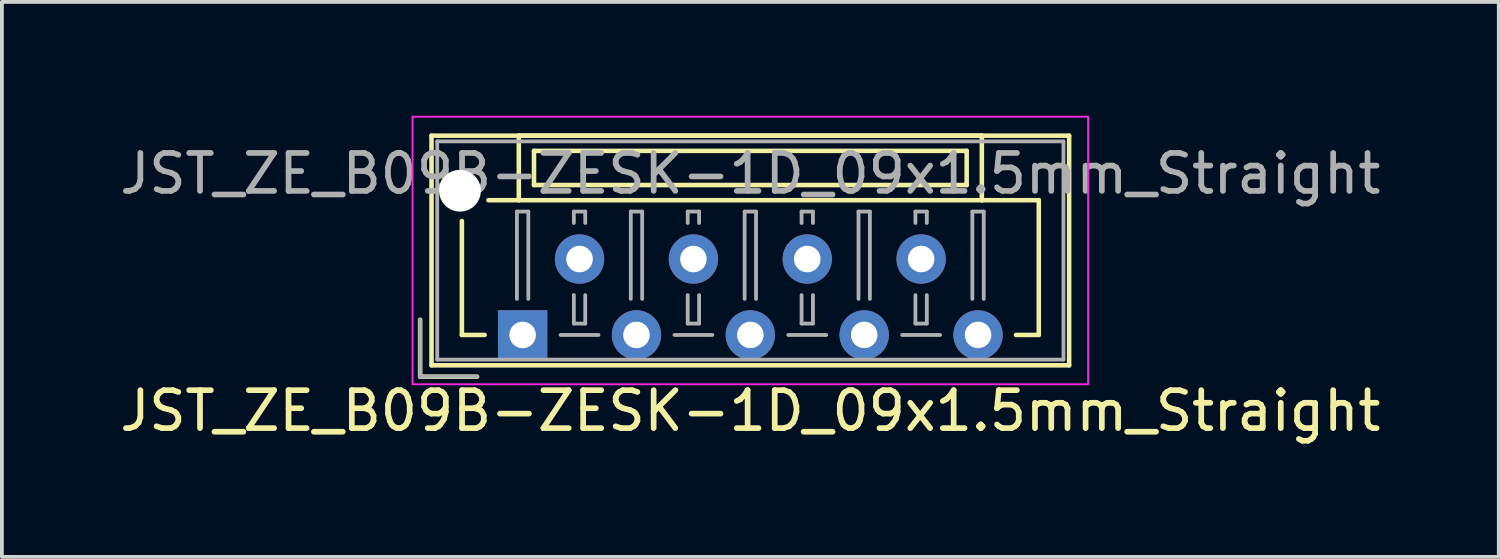
<source format=kicad_pcb>
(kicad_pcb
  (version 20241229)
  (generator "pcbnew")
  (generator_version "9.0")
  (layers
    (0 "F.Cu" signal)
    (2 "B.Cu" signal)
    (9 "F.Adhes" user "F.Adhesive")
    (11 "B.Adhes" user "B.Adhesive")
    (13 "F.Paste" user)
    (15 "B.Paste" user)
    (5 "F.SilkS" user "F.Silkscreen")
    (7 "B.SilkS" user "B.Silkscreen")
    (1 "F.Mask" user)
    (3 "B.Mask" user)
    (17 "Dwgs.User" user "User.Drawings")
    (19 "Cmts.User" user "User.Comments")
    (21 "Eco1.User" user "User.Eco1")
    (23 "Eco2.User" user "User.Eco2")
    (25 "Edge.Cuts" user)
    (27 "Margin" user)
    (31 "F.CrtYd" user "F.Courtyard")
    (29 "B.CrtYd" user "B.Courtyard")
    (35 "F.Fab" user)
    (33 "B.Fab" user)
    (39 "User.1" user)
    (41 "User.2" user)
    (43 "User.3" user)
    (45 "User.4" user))
  (footprint "JST_ZE_B09B-ZESK-1D_09x1.5mm_Straight"
    (layer "F.Cu")
    (at 10.72 5.775)
    (property "Reference" "JST_ZE_B09B-ZESK-1D_09x1.5mm_Straight" (at 6 2 0) (layer "F.SilkS") (effects (font (size 1 1) (thickness 0.15))))
    (attr through_hole)
    (fp_line (start -2.7 -0.4) (end -2.7 1.1) (stroke (width 0.12) (type solid)) (layer "F.SilkS"))
    (fp_line (start -2.7 1.1) (end -1.2 1.1) (stroke (width 0.12) (type solid)) (layer "F.SilkS"))
    (fp_line (start -2.4 -5.25) (end -2.4 0.8) (stroke (width 0.12) (type solid)) (layer "F.SilkS"))
    (fp_line (start -2.4 0.8) (end 14.4 0.8) (stroke (width 0.12) (type solid)) (layer "F.SilkS"))
    (fp_line (start -1.6 -3) (end -1.6 0) (stroke (width 0.12) (type solid)) (layer "F.SilkS"))
    (fp_line (start -1.6 0) (end -1 0) (stroke (width 0.12) (type solid)) (layer "F.SilkS"))
    (fp_line (start -0.1 -5.25) (end -0.1 -3.55) (stroke (width 0.12) (type solid)) (layer "F.SilkS"))
    (fp_line (start -0.1 -3.55) (end -0.9 -3.55) (stroke (width 0.12) (type solid)) (layer "F.SilkS"))
    (fp_line (start -0.1 -3.55) (end 12.1 -3.55) (stroke (width 0.12) (type solid)) (layer "F.SilkS"))
    (fp_line (start 0.3 -4.85) (end 0.3 -3.95) (stroke (width 0.12) (type solid)) (layer "F.SilkS"))
    (fp_line (start 0.3 -3.95) (end 11.7 -3.95) (stroke (width 0.12) (type solid)) (layer "F.SilkS"))
    (fp_line (start 11.7 -4.85) (end 0.3 -4.85) (stroke (width 0.12) (type solid)) (layer "F.SilkS"))
    (fp_line (start 11.7 -3.95) (end 11.7 -4.85) (stroke (width 0.12) (type solid)) (layer "F.SilkS"))
    (fp_line (start 12.1 -5.25) (end -0.1 -5.25) (stroke (width 0.12) (type solid)) (layer "F.SilkS"))
    (fp_line (start 12.1 -3.55) (end 12.1 -5.25) (stroke (width 0.12) (type solid)) (layer "F.SilkS"))
    (fp_line (start 12.1 -3.55) (end 13.6 -3.55) (stroke (width 0.12) (type solid)) (layer "F.SilkS"))
    (fp_line (start 13.6 -3.55) (end 13.6 0) (stroke (width 0.12) (type solid)) (layer "F.SilkS"))
    (fp_line (start 13.6 0) (end 13 0) (stroke (width 0.12) (type solid)) (layer "F.SilkS"))
    (fp_line (start 14.4 -5.25) (end -2.4 -5.25) (stroke (width 0.12) (type solid)) (layer "F.SilkS"))
    (fp_line (start 14.4 0.8) (end 14.4 -5.25) (stroke (width 0.12) (type solid)) (layer "F.SilkS"))
    (fp_line (start -2.9 -5.75) (end -2.9 1.3) (stroke (width 0.05) (type solid)) (layer "F.CrtYd"))
    (fp_line (start -2.9 1.3) (end 14.9 1.3) (stroke (width 0.05) (type solid)) (layer "F.CrtYd"))
    (fp_line (start 14.9 -5.75) (end -2.9 -5.75) (stroke (width 0.05) (type solid)) (layer "F.CrtYd"))
    (fp_line (start 14.9 1.3) (end 14.9 -5.75) (stroke (width 0.05) (type solid)) (layer "F.CrtYd"))
    (fp_line (start -2.7 -0.4) (end -2.7 1.1) (stroke (width 0.1) (type solid)) (layer "F.Fab"))
    (fp_line (start -2.7 1.1) (end -1.2 1.1) (stroke (width 0.1) (type solid)) (layer "F.Fab"))
    (fp_line (start -2.25 -5.1) (end -2.25 0.65) (stroke (width 0.1) (type solid)) (layer "F.Fab"))
    (fp_line (start -2.25 0.65) (end 14.25 0.65) (stroke (width 0.1) (type solid)) (layer "F.Fab"))
    (fp_line (start -0.15 -3.25) (end 0.15 -3.25) (stroke (width 0.1) (type solid)) (layer "F.Fab"))
    (fp_line (start -0.15 -0.95) (end -0.15 -3.25) (stroke (width 0.1) (type solid)) (layer "F.Fab"))
    (fp_line (start 0.15 -3.25) (end 0.15 -0.95) (stroke (width 0.1) (type solid)) (layer "F.Fab"))
    (fp_line (start 1 0) (end 2 0) (stroke (width 0.1) (type solid)) (layer "F.Fab"))
    (fp_line (start 1.35 -3.25) (end 1.65 -3.25) (stroke (width 0.1) (type solid)) (layer "F.Fab"))
    (fp_line (start 1.35 -2.95) (end 1.35 -3.25) (stroke (width 0.1) (type solid)) (layer "F.Fab"))
    (fp_line (start 1.35 -1.05) (end 1.35 -0.3) (stroke (width 0.1) (type solid)) (layer "F.Fab"))
    (fp_line (start 1.35 -0.3) (end 1.65 -0.3) (stroke (width 0.1) (type solid)) (layer "F.Fab"))
    (fp_line (start 1.65 -3.25) (end 1.65 -2.95) (stroke (width 0.1) (type solid)) (layer "F.Fab"))
    (fp_line (start 1.65 -0.3) (end 1.65 -1.05) (stroke (width 0.1) (type solid)) (layer "F.Fab"))
    (fp_line (start 2.85 -3.25) (end 3.15 -3.25) (stroke (width 0.1) (type solid)) (layer "F.Fab"))
    (fp_line (start 2.85 -0.95) (end 2.85 -3.25) (stroke (width 0.1) (type solid)) (layer "F.Fab"))
    (fp_line (start 3.15 -3.25) (end 3.15 -0.95) (stroke (width 0.1) (type solid)) (layer "F.Fab"))
    (fp_line (start 4 0) (end 5 0) (stroke (width 0.1) (type solid)) (layer "F.Fab"))
    (fp_line (start 4.35 -3.25) (end 4.65 -3.25) (stroke (width 0.1) (type solid)) (layer "F.Fab"))
    (fp_line (start 4.35 -2.95) (end 4.35 -3.25) (stroke (width 0.1) (type solid)) (layer "F.Fab"))
    (fp_line (start 4.35 -1.05) (end 4.35 -0.3) (stroke (width 0.1) (type solid)) (layer "F.Fab"))
    (fp_line (start 4.35 -0.3) (end 4.65 -0.3) (stroke (width 0.1) (type solid)) (layer "F.Fab"))
    (fp_line (start 4.65 -3.25) (end 4.65 -2.95) (stroke (width 0.1) (type solid)) (layer "F.Fab"))
    (fp_line (start 4.65 -0.3) (end 4.65 -1.05) (stroke (width 0.1) (type solid)) (layer "F.Fab"))
    (fp_line (start 5.85 -3.25) (end 6.15 -3.25) (stroke (width 0.1) (type solid)) (layer "F.Fab"))
    (fp_line (start 5.85 -0.95) (end 5.85 -3.25) (stroke (width 0.1) (type solid)) (layer "F.Fab"))
    (fp_line (start 6.15 -3.25) (end 6.15 -0.95) (stroke (width 0.1) (type solid)) (layer "F.Fab"))
    (fp_line (start 7 0) (end 8 0) (stroke (width 0.1) (type solid)) (layer "F.Fab"))
    (fp_line (start 7.35 -3.25) (end 7.65 -3.25) (stroke (width 0.1) (type solid)) (layer "F.Fab"))
    (fp_line (start 7.35 -2.95) (end 7.35 -3.25) (stroke (width 0.1) (type solid)) (layer "F.Fab"))
    (fp_line (start 7.35 -1.05) (end 7.35 -0.3) (stroke (width 0.1) (type solid)) (layer "F.Fab"))
    (fp_line (start 7.35 -0.3) (end 7.65 -0.3) (stroke (width 0.1) (type solid)) (layer "F.Fab"))
    (fp_line (start 7.65 -3.25) (end 7.65 -2.95) (stroke (width 0.1) (type solid)) (layer "F.Fab"))
    (fp_line (start 7.65 -0.3) (end 7.65 -1.05) (stroke (width 0.1) (type solid)) (layer "F.Fab"))
    (fp_line (start 8.85 -3.25) (end 9.15 -3.25) (stroke (width 0.1) (type solid)) (layer "F.Fab"))
    (fp_line (start 8.85 -0.95) (end 8.85 -3.25) (stroke (width 0.1) (type solid)) (layer "F.Fab"))
    (fp_line (start 9.15 -3.25) (end 9.15 -0.95) (stroke (width 0.1) (type solid)) (layer "F.Fab"))
    (fp_line (start 10 0) (end 11 0) (stroke (width 0.1) (type solid)) (layer "F.Fab"))
    (fp_line (start 10.35 -3.25) (end 10.65 -3.25) (stroke (width 0.1) (type solid)) (layer "F.Fab"))
    (fp_line (start 10.35 -2.95) (end 10.35 -3.25) (stroke (width 0.1) (type solid)) (layer "F.Fab"))
    (fp_line (start 10.35 -1.05) (end 10.35 -0.3) (stroke (width 0.1) (type solid)) (layer "F.Fab"))
    (fp_line (start 10.35 -0.3) (end 10.65 -0.3) (stroke (width 0.1) (type solid)) (layer "F.Fab"))
    (fp_line (start 10.65 -3.25) (end 10.65 -2.95) (stroke (width 0.1) (type solid)) (layer "F.Fab"))
    (fp_line (start 10.65 -0.3) (end 10.65 -1.05) (stroke (width 0.1) (type solid)) (layer "F.Fab"))
    (fp_line (start 11.85 -3.25) (end 12.15 -3.25) (stroke (width 0.1) (type solid)) (layer "F.Fab"))
    (fp_line (start 11.85 -0.95) (end 11.85 -3.25) (stroke (width 0.1) (type solid)) (layer "F.Fab"))
    (fp_line (start 12.15 -3.25) (end 12.15 -0.95) (stroke (width 0.1) (type solid)) (layer "F.Fab"))
    (fp_line (start 14.25 -5.1) (end -2.25 -5.1) (stroke (width 0.1) (type solid)) (layer "F.Fab"))
    (fp_line (start 14.25 0.65) (end 14.25 -5.1) (stroke (width 0.1) (type solid)) (layer "F.Fab"))
    (fp_text user "${REFERENCE}" (at 6 -4.25 0) (layer "F.Fab") (effects (font (size 1 1) (thickness 0.15))))
    (pad "" np_thru_hole circle (at -1.65 -3.8) (size 1.1 1.1) (drill 1.1) (layers "*.Cu"))
    (pad "1" thru_hole rect (at 0 0) (size 1.3 1.3) (drill 0.7) (layers "*.Cu" "*.Mask"))
    (pad "2" thru_hole circle (at 1.5 -2) (size 1.3 1.3) (drill 0.7) (layers "*.Cu" "*.Mask"))
    (pad "3" thru_hole circle (at 3 0) (size 1.3 1.3) (drill 0.7) (layers "*.Cu" "*.Mask"))
    (pad "4" thru_hole circle (at 4.5 -2) (size 1.3 1.3) (drill 0.7) (layers "*.Cu" "*.Mask"))
    (pad "5" thru_hole circle (at 6 0) (size 1.3 1.3) (drill 0.7) (layers "*.Cu" "*.Mask"))
    (pad "6" thru_hole circle (at 7.5 -2) (size 1.3 1.3) (drill 0.7) (layers "*.Cu" "*.Mask"))
    (pad "7" thru_hole circle (at 9 0) (size 1.3 1.3) (drill 0.7) (layers "*.Cu" "*.Mask"))
    (pad "8" thru_hole circle (at 10.5 -2) (size 1.3 1.3) (drill 0.7) (layers "*.Cu" "*.Mask"))
    (pad "9" thru_hole circle (at 12 0) (size 1.3 1.3) (drill 0.7) (layers "*.Cu" "*.Mask")))
  (gr_rect
    (start -3 -3)
    (end 36.44 11.623)
    (stroke (width 0.1) (type default))
    (fill no)
    (layer "Edge.Cuts")))
</source>
